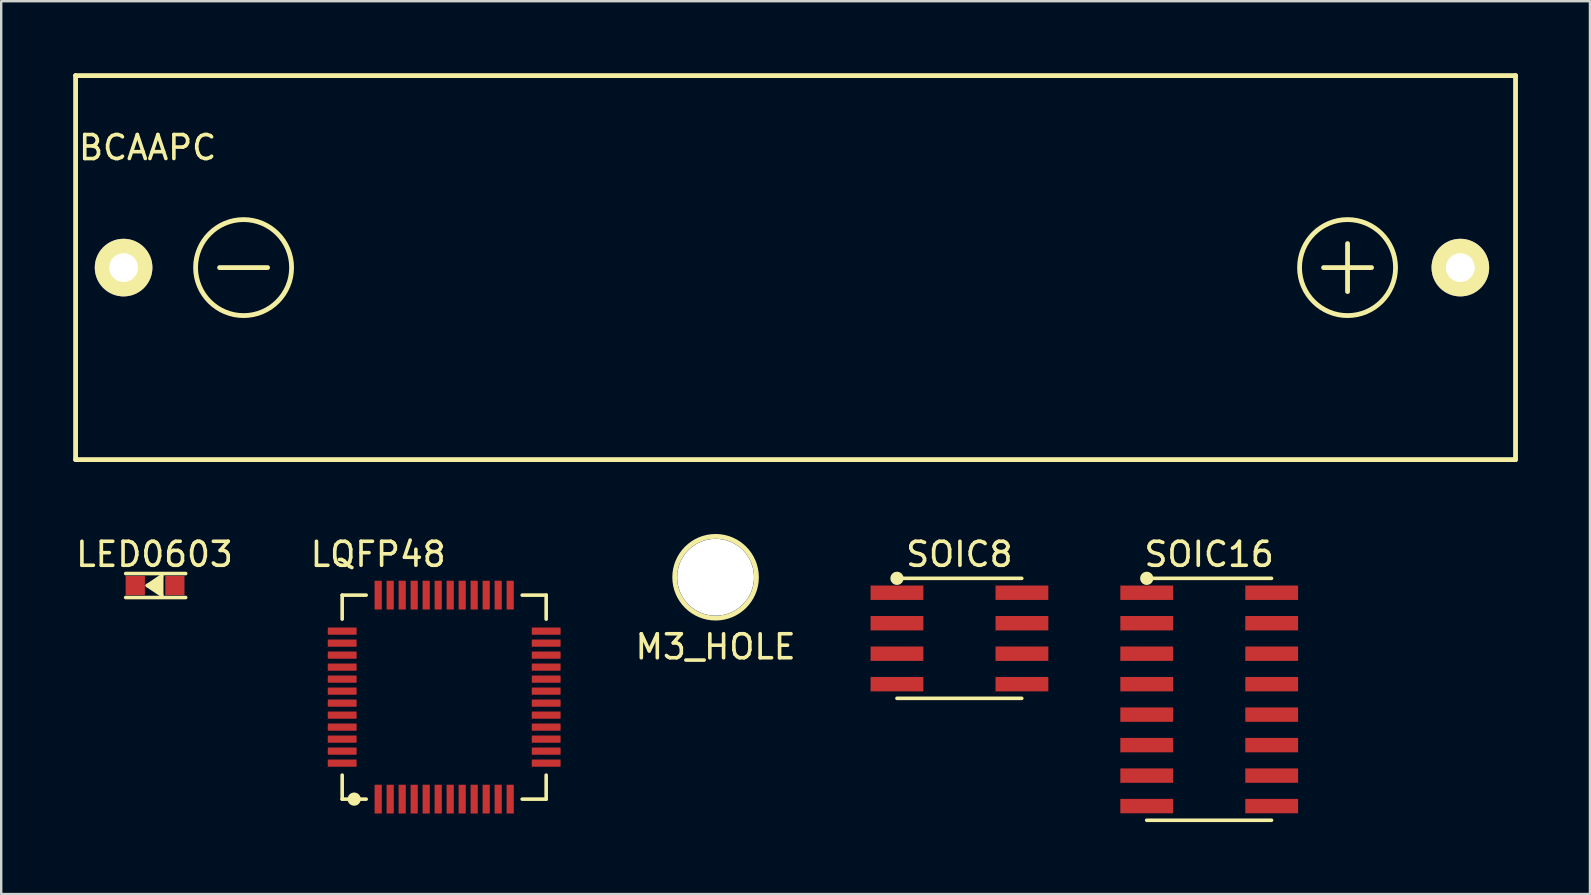
<source format=kicad_pcb>
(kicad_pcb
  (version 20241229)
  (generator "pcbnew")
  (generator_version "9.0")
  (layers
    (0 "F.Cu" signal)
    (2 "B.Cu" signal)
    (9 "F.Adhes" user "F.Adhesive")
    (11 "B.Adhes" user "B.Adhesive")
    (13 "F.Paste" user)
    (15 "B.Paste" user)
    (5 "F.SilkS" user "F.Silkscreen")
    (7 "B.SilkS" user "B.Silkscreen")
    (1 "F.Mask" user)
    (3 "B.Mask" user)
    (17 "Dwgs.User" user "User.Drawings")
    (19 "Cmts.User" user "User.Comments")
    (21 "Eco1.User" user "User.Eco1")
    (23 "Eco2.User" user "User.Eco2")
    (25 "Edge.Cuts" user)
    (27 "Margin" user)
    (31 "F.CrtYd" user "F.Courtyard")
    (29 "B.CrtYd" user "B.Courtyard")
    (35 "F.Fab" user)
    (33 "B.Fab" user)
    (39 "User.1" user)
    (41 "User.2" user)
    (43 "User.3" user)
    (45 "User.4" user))
  (footprint "LQFP48"
    (layer "F.Cu")
    (at 12.708 30.248)
    (property "Reference" "LQFP48" (at 0 -10.2 0) (layer "F.SilkS") (effects (font (size 1 1) (thickness 0.15))))
    (attr through_hole)
    (fp_line (start -1.5 -8.5) (end -1.5 -7.5) (stroke (width 0.15) (type solid)) (layer "F.SilkS"))
    (fp_line (start -1.5 -1) (end -1.5 0) (stroke (width 0.15) (type solid)) (layer "F.SilkS"))
    (fp_line (start -1.5 0) (end -0.5 0) (stroke (width 0.15) (type solid)) (layer "F.SilkS"))
    (fp_line (start -0.5 -8.5) (end -1.5 -8.5) (stroke (width 0.15) (type solid)) (layer "F.SilkS"))
    (fp_line (start 6 -8.5) (end 7 -8.5) (stroke (width 0.15) (type solid)) (layer "F.SilkS"))
    (fp_line (start 6 0) (end 7 0) (stroke (width 0.15) (type solid)) (layer "F.SilkS"))
    (fp_line (start 7 -8.5) (end 7 -7.5) (stroke (width 0.15) (type solid)) (layer "F.SilkS"))
    (fp_line (start 7 0) (end 7 -1) (stroke (width 0.15) (type solid)) (layer "F.SilkS"))
    (fp_circle (center -1 0) (end -1 0.1) (stroke (width 0.15) (type solid)) (fill no) (layer "F.SilkS"))
    (fp_circle (center -1 0) (end -1 0.2) (stroke (width 0.15) (type solid)) (fill no) (layer "F.SilkS"))
    (pad "1" smd rect (at 0 0) (size 0.3 1.2) (layers "F.Cu" "F.Mask" "F.Paste"))
    (pad "2" smd rect (at 0.5 0) (size 0.3 1.2) (layers "F.Cu" "F.Mask" "F.Paste"))
    (pad "3" smd rect (at 1 0) (size 0.3 1.2) (layers "F.Cu" "F.Mask" "F.Paste"))
    (pad "4" smd rect (at 1.5 0) (size 0.3 1.2) (layers "F.Cu" "F.Mask" "F.Paste"))
    (pad "5" smd rect (at 2 0) (size 0.3 1.2) (layers "F.Cu" "F.Mask" "F.Paste"))
    (pad "6" smd rect (at 2.5 0) (size 0.3 1.2) (layers "F.Cu" "F.Mask" "F.Paste"))
    (pad "7" smd rect (at 3 0) (size 0.3 1.2) (layers "F.Cu" "F.Mask" "F.Paste"))
    (pad "8" smd rect (at 3.5 0) (size 0.3 1.2) (layers "F.Cu" "F.Mask" "F.Paste"))
    (pad "9" smd rect (at 4 0) (size 0.3 1.2) (layers "F.Cu" "F.Mask" "F.Paste"))
    (pad "10" smd rect (at 4.5 0) (size 0.3 1.2) (layers "F.Cu" "F.Mask" "F.Paste"))
    (pad "11" smd rect (at 5 0) (size 0.3 1.2) (layers "F.Cu" "F.Mask" "F.Paste"))
    (pad "12" smd rect (at 5.5 0) (size 0.3 1.2) (layers "F.Cu" "F.Mask" "F.Paste"))
    (pad "13" smd rect (at 7 -1.5) (size 1.2 0.3) (layers "F.Cu" "F.Mask" "F.Paste"))
    (pad "14" smd rect (at 7 -2) (size 1.2 0.3) (layers "F.Cu" "F.Mask" "F.Paste"))
    (pad "15" smd rect (at 7 -2.5) (size 1.2 0.3) (layers "F.Cu" "F.Mask" "F.Paste"))
    (pad "16" smd rect (at 7 -3) (size 1.2 0.3) (layers "F.Cu" "F.Mask" "F.Paste"))
    (pad "17" smd rect (at 7 -3.5) (size 1.2 0.3) (layers "F.Cu" "F.Mask" "F.Paste"))
    (pad "18" smd rect (at 7 -4) (size 1.2 0.3) (layers "F.Cu" "F.Mask" "F.Paste"))
    (pad "19" smd rect (at 7 -4.5) (size 1.2 0.3) (layers "F.Cu" "F.Mask" "F.Paste"))
    (pad "20" smd rect (at 7 -5) (size 1.2 0.3) (layers "F.Cu" "F.Mask" "F.Paste"))
    (pad "21" smd rect (at 7 -5.5) (size 1.2 0.3) (layers "F.Cu" "F.Mask" "F.Paste"))
    (pad "22" smd rect (at 7 -6) (size 1.2 0.3) (layers "F.Cu" "F.Mask" "F.Paste"))
    (pad "23" smd rect (at 7 -6.5) (size 1.2 0.3) (layers "F.Cu" "F.Mask" "F.Paste"))
    (pad "24" smd rect (at 7 -7) (size 1.2 0.3) (layers "F.Cu" "F.Mask" "F.Paste"))
    (pad "25" smd rect (at 5.5 -8.5) (size 0.3 1.2) (layers "F.Cu" "F.Mask" "F.Paste"))
    (pad "26" smd rect (at 5 -8.5) (size 0.3 1.2) (layers "F.Cu" "F.Mask" "F.Paste"))
    (pad "27" smd rect (at 4.5 -8.5) (size 0.3 1.2) (layers "F.Cu" "F.Mask" "F.Paste"))
    (pad "28" smd rect (at 4 -8.5) (size 0.3 1.2) (layers "F.Cu" "F.Mask" "F.Paste"))
    (pad "29" smd rect (at 3.5 -8.5) (size 0.3 1.2) (layers "F.Cu" "F.Mask" "F.Paste"))
    (pad "30" smd rect (at 3 -8.5) (size 0.3 1.2) (layers "F.Cu" "F.Mask" "F.Paste"))
    (pad "31" smd rect (at 2.5 -8.5) (size 0.3 1.2) (layers "F.Cu" "F.Mask" "F.Paste"))
    (pad "32" smd rect (at 2 -8.5) (size 0.3 1.2) (layers "F.Cu" "F.Mask" "F.Paste"))
    (pad "33" smd rect (at 1.5 -8.5) (size 0.3 1.2) (layers "F.Cu" "F.Mask" "F.Paste"))
    (pad "34" smd rect (at 1 -8.5) (size 0.3 1.2) (layers "F.Cu" "F.Mask" "F.Paste"))
    (pad "35" smd rect (at 0.5 -8.5) (size 0.3 1.2) (layers "F.Cu" "F.Mask" "F.Paste"))
    (pad "36" smd rect (at 0 -8.5) (size 0.3 1.2) (layers "F.Cu" "F.Mask" "F.Paste"))
    (pad "37" smd rect (at -1.5 -7) (size 1.2 0.3) (layers "F.Cu" "F.Mask" "F.Paste"))
    (pad "38" smd rect (at -1.5 -6.5) (size 1.2 0.3) (layers "F.Cu" "F.Mask" "F.Paste"))
    (pad "39" smd rect (at -1.5 -6) (size 1.2 0.3) (layers "F.Cu" "F.Mask" "F.Paste"))
    (pad "40" smd rect (at -1.5 -5.5) (size 1.2 0.3) (layers "F.Cu" "F.Mask" "F.Paste"))
    (pad "41" smd rect (at -1.5 -5) (size 1.2 0.3) (layers "F.Cu" "F.Mask" "F.Paste"))
    (pad "42" smd rect (at -1.5 -4.5) (size 1.2 0.3) (layers "F.Cu" "F.Mask" "F.Paste"))
    (pad "43" smd rect (at -1.5 -4) (size 1.2 0.3) (layers "F.Cu" "F.Mask" "F.Paste"))
    (pad "44" smd rect (at -1.5 -3.5) (size 1.2 0.3) (layers "F.Cu" "F.Mask" "F.Paste"))
    (pad "45" smd rect (at -1.5 -3) (size 1.2 0.3) (layers "F.Cu" "F.Mask" "F.Paste"))
    (pad "46" smd rect (at -1.5 -2.5) (size 1.2 0.3) (layers "F.Cu" "F.Mask" "F.Paste"))
    (pad "47" smd rect (at -1.5 -2) (size 1.2 0.3) (layers "F.Cu" "F.Mask" "F.Paste"))
    (pad "48" smd rect (at -1.5 -1.5) (size 1.2 0.3) (layers "F.Cu" "F.Mask" "F.Paste")))
  (footprint "BCAAPC"
    (layer "F.Cu")
    (at 2.1 8.1)
    (property "Reference" "BCAAPC" (at 1 -5 0) (layer "F.SilkS") (effects (font (size 1 1) (thickness 0.15))))
    (attr through_hole)
    (fp_line (start -2 -8) (end 58 -8) (stroke (width 0.2) (type solid)) (layer "F.SilkS"))
    (fp_line (start -2 8) (end -2 -8) (stroke (width 0.2) (type solid)) (layer "F.SilkS"))
    (fp_line (start 4 0) (end 6 0) (stroke (width 0.2) (type solid)) (layer "F.SilkS"))
    (fp_line (start 50 0) (end 52 0) (stroke (width 0.2) (type solid)) (layer "F.SilkS"))
    (fp_line (start 51 -1) (end 51 1) (stroke (width 0.2) (type solid)) (layer "F.SilkS"))
    (fp_line (start 58 -8) (end 58 8) (stroke (width 0.2) (type solid)) (layer "F.SilkS"))
    (fp_line (start 58 8) (end -2 8) (stroke (width 0.2) (type solid)) (layer "F.SilkS"))
    (fp_circle (center 5 0) (end 7 0) (stroke (width 0.2) (type solid)) (fill no) (layer "F.SilkS"))
    (fp_circle (center 51 0) (end 53 0) (stroke (width 0.2) (type solid)) (fill no) (layer "F.SilkS"))
    (pad "1" thru_hole circle (at 0 0) (size 2.4 2.4) (drill 1.2) (layers "*.Cu" "*.Mask" "F.SilkS"))
    (pad "2" thru_hole circle (at 55.7 0) (size 2.4 2.4) (drill 1.2) (layers "*.Cu" "*.Mask" "F.SilkS")))
  (footprint "SOIC8"
    (layer "F.Cu")
    (at 34.325 21.648)
    (property "Reference" "SOIC8" (at 2.6 -1.6 0) (layer "F.SilkS") (effects (font (size 1 1) (thickness 0.15))))
    (attr through_hole)
    (fp_line (start 0 -0.6) (end 5.2 -0.6) (stroke (width 0.15) (type solid)) (layer "F.SilkS"))
    (fp_line (start 0 4.4) (end 5.2 4.4) (stroke (width 0.15) (type solid)) (layer "F.SilkS"))
    (fp_circle (center 0 -0.6) (end 0.1 -0.6) (stroke (width 0.15) (type solid)) (fill no) (layer "F.SilkS"))
    (fp_circle (center 0 -0.6) (end 0.2 -0.6) (stroke (width 0.15) (type solid)) (fill no) (layer "F.SilkS"))
    (pad "1" smd rect (at 0 0) (size 2.2 0.6) (layers "F.Cu" "F.Mask" "F.Paste"))
    (pad "2" smd rect (at 0 1.27) (size 2.2 0.6) (layers "F.Cu" "F.Mask" "F.Paste"))
    (pad "3" smd rect (at 0 2.54) (size 2.2 0.6) (layers "F.Cu" "F.Mask" "F.Paste"))
    (pad "4" smd rect (at 0 3.81) (size 2.2 0.6) (layers "F.Cu" "F.Mask" "F.Paste"))
    (pad "5" smd rect (at 5.207 3.81) (size 2.2 0.6) (layers "F.Cu" "F.Mask" "F.Paste"))
    (pad "6" smd rect (at 5.207 2.54) (size 2.2 0.6) (layers "F.Cu" "F.Mask" "F.Paste"))
    (pad "7" smd rect (at 5.207 1.27) (size 2.2 0.6) (layers "F.Cu" "F.Mask" "F.Paste"))
    (pad "8" smd rect (at 5.207 0) (size 2.2 0.6) (layers "F.Cu" "F.Mask" "F.Paste")))
  (footprint "SOIC16"
    (layer "F.Cu")
    (at 44.732 21.648)
    (property "Reference" "SOIC16" (at 2.6 -1.6 0) (layer "F.SilkS") (effects (font (size 1 1) (thickness 0.15))))
    (attr through_hole)
    (fp_line (start 0 -0.6) (end 5.2 -0.6) (stroke (width 0.15) (type solid)) (layer "F.SilkS"))
    (fp_line (start 0 9.48) (end 5.2 9.48) (stroke (width 0.15) (type solid)) (layer "F.SilkS"))
    (fp_circle (center 0 -0.6) (end 0.1 -0.6) (stroke (width 0.15) (type solid)) (fill no) (layer "F.SilkS"))
    (fp_circle (center 0 -0.6) (end 0.2 -0.6) (stroke (width 0.15) (type solid)) (fill no) (layer "F.SilkS"))
    (pad "1" smd rect (at 0 0) (size 2.2 0.6) (layers "F.Cu" "F.Mask" "F.Paste"))
    (pad "2" smd rect (at 0 1.27) (size 2.2 0.6) (layers "F.Cu" "F.Mask" "F.Paste"))
    (pad "3" smd rect (at 0 2.54) (size 2.2 0.6) (layers "F.Cu" "F.Mask" "F.Paste"))
    (pad "4" smd rect (at 0 3.81) (size 2.2 0.6) (layers "F.Cu" "F.Mask" "F.Paste"))
    (pad "5" smd rect (at 0 5.08) (size 2.2 0.6) (layers "F.Cu" "F.Mask" "F.Paste"))
    (pad "6" smd rect (at 0 6.35) (size 2.2 0.6) (layers "F.Cu" "F.Mask" "F.Paste"))
    (pad "7" smd rect (at 0 7.62) (size 2.2 0.6) (layers "F.Cu" "F.Mask" "F.Paste"))
    (pad "8" smd rect (at 0 8.89) (size 2.2 0.6) (layers "F.Cu" "F.Mask" "F.Paste"))
    (pad "9" smd rect (at 5.207 8.89) (size 2.2 0.6) (layers "F.Cu" "F.Mask" "F.Paste"))
    (pad "10" smd rect (at 5.207 7.62) (size 2.2 0.6) (layers "F.Cu" "F.Mask" "F.Paste"))
    (pad "11" smd rect (at 5.207 6.35) (size 2.2 0.6) (layers "F.Cu" "F.Mask" "F.Paste"))
    (pad "12" smd rect (at 5.207 5.08) (size 2.2 0.6) (layers "F.Cu" "F.Mask" "F.Paste"))
    (pad "13" smd rect (at 5.207 3.81) (size 2.2 0.6) (layers "F.Cu" "F.Mask" "F.Paste"))
    (pad "14" smd rect (at 5.207 2.54) (size 2.2 0.6) (layers "F.Cu" "F.Mask" "F.Paste"))
    (pad "15" smd rect (at 5.207 1.27) (size 2.2 0.6) (layers "F.Cu" "F.Mask" "F.Paste"))
    (pad "16" smd rect (at 5.207 0) (size 2.2 0.6) (layers "F.Cu" "F.Mask" "F.Paste")))
  (footprint "LED0603"
    (layer "F.Cu")
    (at 2.587 21.348)
    (property "Reference" "LED0603" (at 0.8 -1.3 0) (layer "F.SilkS") (effects (font (size 1 1) (thickness 0.15))))
    (attr through_hole)
    (fp_line (start -0.4 -0.5) (end 2.1 -0.5) (stroke (width 0.15) (type solid)) (layer "F.SilkS"))
    (fp_line (start -0.4 0.5) (end 2.1 0.5) (stroke (width 0.15) (type solid)) (layer "F.SilkS"))
    (fp_line (start 0.5 0) (end 1.1 -0.4) (stroke (width 0.15) (type solid)) (layer "F.SilkS"))
    (fp_line (start 0.6 0) (end 1 0) (stroke (width 0.15) (type solid)) (layer "F.SilkS"))
    (fp_line (start 0.7 0.1) (end 1 0.1) (stroke (width 0.15) (type solid)) (layer "F.SilkS"))
    (fp_line (start 0.8 -0.1) (end 1 -0.1) (stroke (width 0.15) (type solid)) (layer "F.SilkS"))
    (fp_line (start 0.9 -0.2) (end 1 -0.2) (stroke (width 0.15) (type solid)) (layer "F.SilkS"))
    (fp_line (start 0.9 0.2) (end 1 0.2) (stroke (width 0.15) (type solid)) (layer "F.SilkS"))
    (fp_line (start 1.1 -0.4) (end 1.1 0.4) (stroke (width 0.15) (type solid)) (layer "F.SilkS"))
    (fp_line (start 1.1 0.4) (end 0.5 0) (stroke (width 0.15) (type solid)) (layer "F.SilkS"))
    (pad "1" smd rect (at 0 0) (size 0.8 0.8) (layers "F.Cu" "F.Mask" "F.Paste"))
    (pad "2" smd rect (at 1.65 0) (size 0.8 0.8) (layers "F.Cu" "F.Mask" "F.Paste")))
  (footprint "M3_HOLE"
    (layer "F.Cu")
    (at 26.767 21.003)
    (property "Reference" "M3_HOLE" (at 0 2.9 0) (layer "F.SilkS") (effects (font (size 1 1) (thickness 0.15))))
    (attr through_hole)
    (fp_circle (center 0 0) (end 1.7 -0.1) (stroke (width 0.2) (type solid)) (fill no) (layer "F.SilkS"))
    (pad "" np_thru_hole circle (at 0 0) (size 3.2 3.2) (drill 3.2) (layers "*.Cu")))
  (gr_rect
    (start -3 -3)
    (end 63.2 34.203)
    (stroke (width 0.1) (type default))
    (fill no)
    (layer "Edge.Cuts")))
</source>
